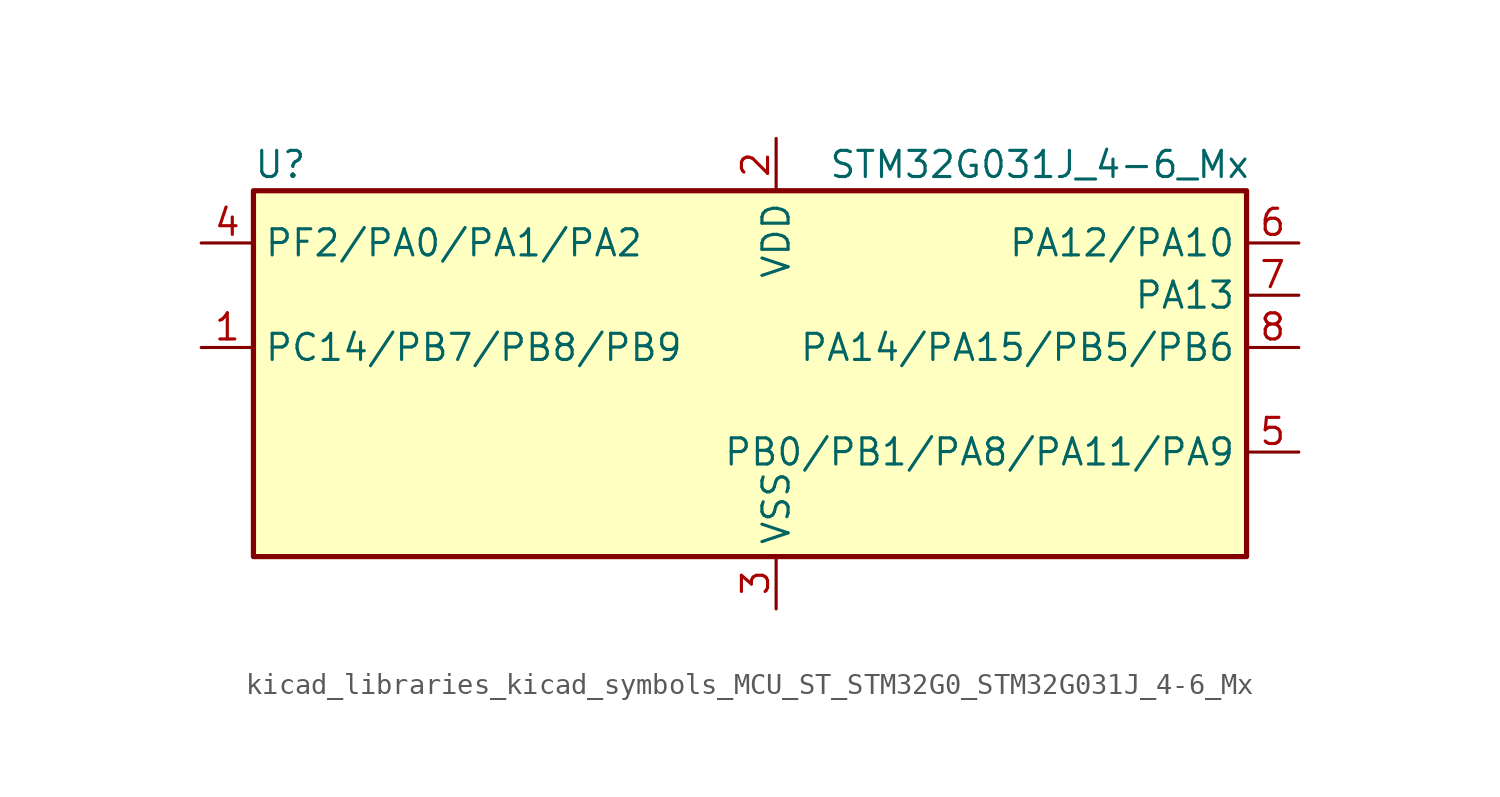
<source format=kicad_sym>
(kicad_symbol_lib
  (version 20220914)
  (generator kicad_symbol_editor)
  (symbol "kicad_libraries_kicad_symbols_MCU_ST_STM32G0_STM32G031J_4-6_Mx"
    (property "Reference" "U"
      (at -22.86 11.43 0)
      (effects (font (size 1.27 1.27)) (justify left)))
    (property "Value" "STM32G031J_4-6_Mx"
      (at 5.08 11.43 0)
      (effects (font (size 1.27 1.27)) (justify left)))
    (property "ki_locked" ""
      (at 0 0 0)
      (effects (font (size 1.27 1.27))))
    (symbol "kicad_libraries_kicad_symbols_MCU_ST_STM32G0_STM32G031J_4-6_Mx_0_1"
      (rectangle (start -22.86 -7.62) (end 25.4 10.16) (stroke (width 0.254) (type default)) (fill (type background))))
    (symbol "kicad_libraries_kicad_symbols_MCU_ST_STM32G0_STM32G031J_4-6_Mx_1_1"
      (pin bidirectional line (at -25.4 2.54 0) (length 2.54) (name "PC14/PB7/PB8/PB9" (effects (font (size 1.27 1.27)))) (number "1" (effects (font (size 1.27 1.27)))) (alternate "RCC_OSC32_IN" bidirectional line) (alternate "RCC_OSC_IN" bidirectional line) (alternate "TIM1_BK2" bidirectional line))
      (pin power_in line (at 2.54 12.7 270) (length 2.54) (name "VDD" (effects (font (size 1.27 1.27)))) (number "2" (effects (font (size 1.27 1.27)))))
      (pin power_in line (at 2.54 -10.16 90) (length 2.54) (name "VSS" (effects (font (size 1.27 1.27)))) (number "3" (effects (font (size 1.27 1.27)))))
      (pin bidirectional line (at -25.4 7.62 0) (length 2.54) (name "PF2/PA0/PA1/PA2" (effects (font (size 1.27 1.27)))) (number "4" (effects (font (size 1.27 1.27)))) (alternate "RCC_MCO" bidirectional line))
      (pin bidirectional line (at 27.94 -2.54 180) (length 2.54) (name "PB0/PB1/PA8/PA11/PA9" (effects (font (size 1.27 1.27)))) (number "5" (effects (font (size 1.27 1.27)))) (alternate "ADC1_IN8" bidirectional line) (alternate "I2S1_WS" bidirectional line) (alternate "LPTIM1_OUT" bidirectional line) (alternate "SPI1_NSS" bidirectional line) (alternate "TIM1_CH2N" bidirectional line) (alternate "TIM3_CH3" bidirectional line))
      (pin bidirectional line (at 27.94 7.62 180) (length 2.54) (name "PA12/PA10" (effects (font (size 1.27 1.27)))) (number "6" (effects (font (size 1.27 1.27)))) (alternate "ADC1_IN16" bidirectional line) (alternate "I2C2_SDA" bidirectional line) (alternate "I2S1_SD" bidirectional line) (alternate "I2S_CKIN" bidirectional line) (alternate "SPI1_MOSI" bidirectional line) (alternate "TIM1_ETR" bidirectional line) (alternate "USART1_CK" bidirectional line) (alternate "USART1_DE" bidirectional line) (alternate "USART1_RTS" bidirectional line))
      (pin bidirectional line (at 27.94 5.08 180) (length 2.54) (name "PA13" (effects (font (size 1.27 1.27)))) (number "7" (effects (font (size 1.27 1.27)))) (alternate "ADC1_IN17" bidirectional line) (alternate "IR_OUT" bidirectional line) (alternate "SYS_SWDIO" bidirectional line))
      (pin bidirectional line (at 27.94 2.54 180) (length 2.54) (name "PA14/PA15/PB5/PB6" (effects (font (size 1.27 1.27)))) (number "8" (effects (font (size 1.27 1.27)))) (alternate "ADC1_IN18" bidirectional line) (alternate "SYS_SWCLK" bidirectional line) (alternate "USART2_TX" bidirectional line)))))
</source>
